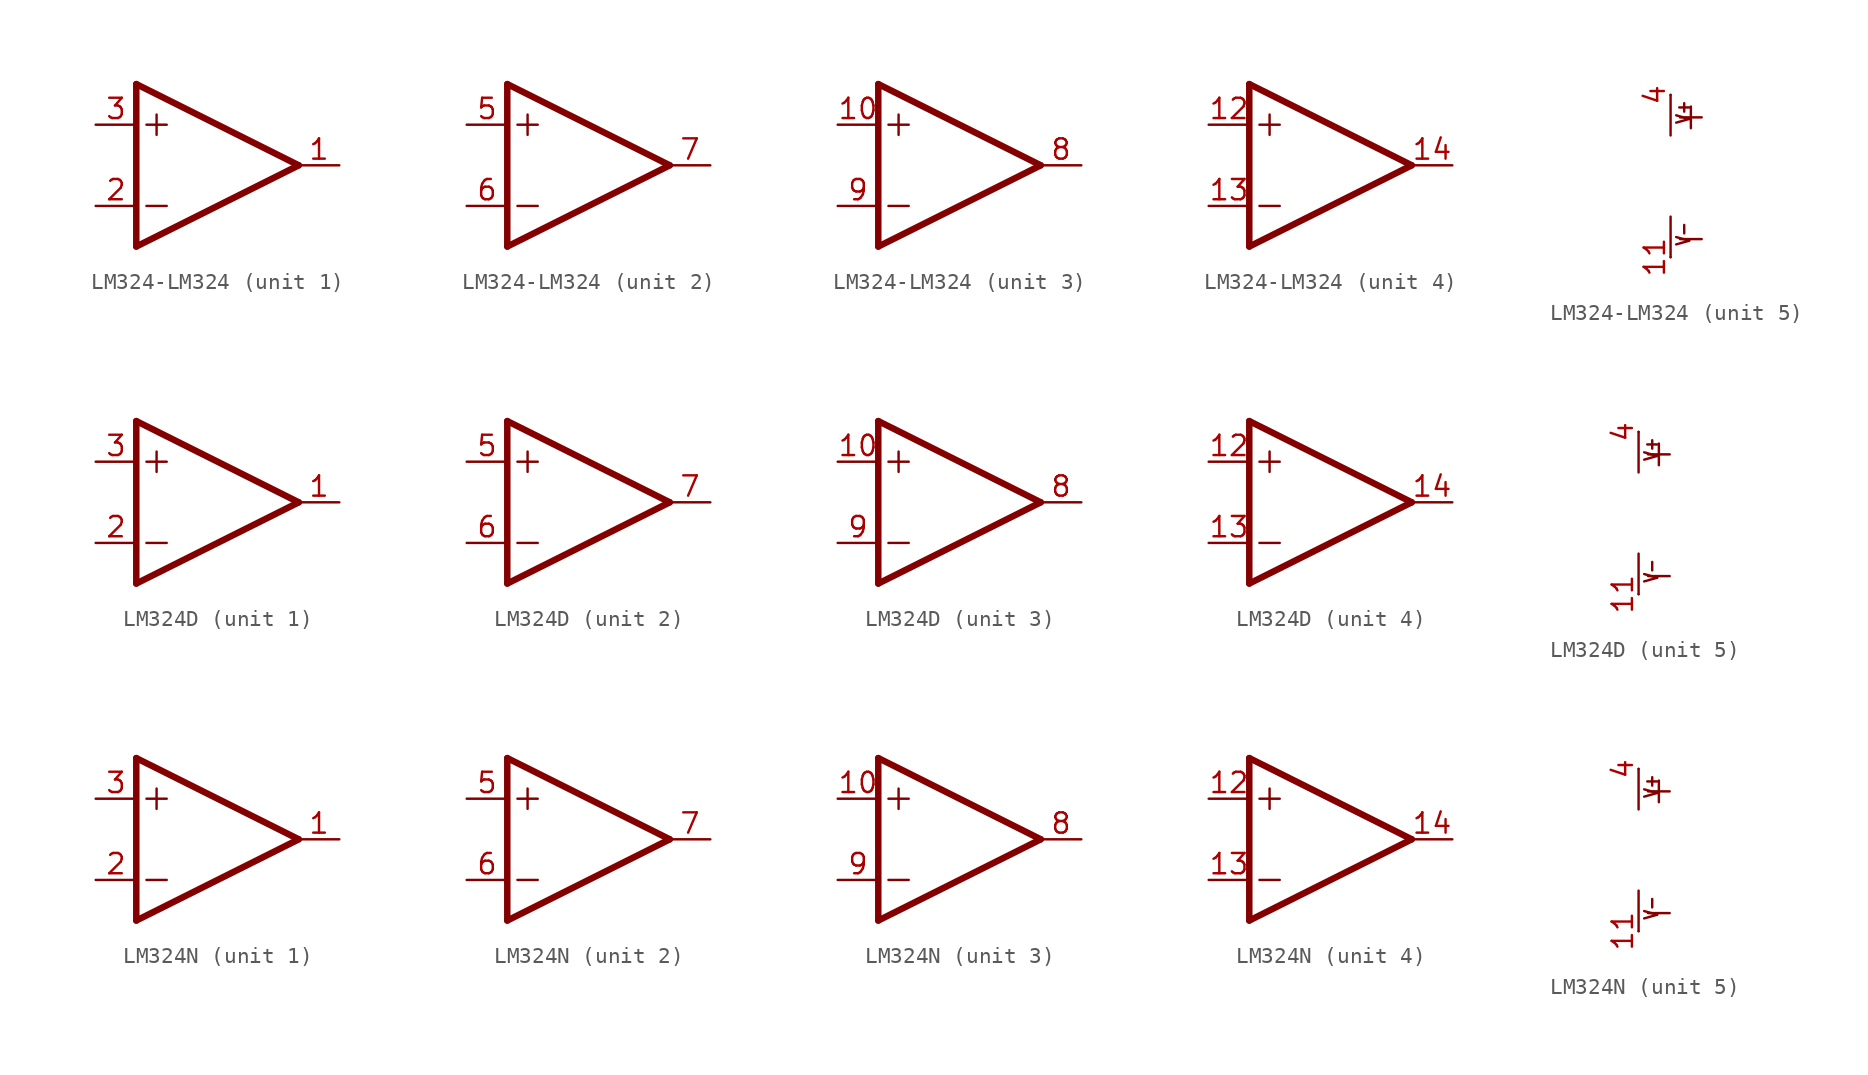
<source format=kicad_sym>
(kicad_symbol_lib
  (version 20201005)
  (generator kicad_symbol_editor)
  (symbol "LM324-LM324"
    (property "Reference" "IC"
      (at 2.54 3.175 0)
      (effects (font (size 1.27 1.079)) (justify left bottom) hide))
    (property "ki_locked" ""
      (at 0 0 0)
      (effects (font (size 1.27 1.27))))
    (symbol "LM324-LM324_1_0"
      (polyline (pts (xy -5.08 -5.08) (xy 5.08 0)) (stroke (width 0.406)) (fill (type none)))
      (polyline (pts (xy -5.08 5.08) (xy -5.08 -5.08)) (stroke (width 0.406)) (fill (type none)))
      (polyline (pts (xy -4.445 -2.54) (xy -3.175 -2.54)) (stroke (width 0.152)) (fill (type none)))
      (polyline (pts (xy -4.445 2.54) (xy -3.175 2.54)) (stroke (width 0.152)) (fill (type none)))
      (polyline (pts (xy -3.81 3.175) (xy -3.81 1.905)) (stroke (width 0.152)) (fill (type none)))
      (polyline (pts (xy 5.08 0) (xy -5.08 5.08)) (stroke (width 0.406)) (fill (type none)))
      (pin output line (at 7.62 0 180) (length 2.54) (name "OUT" (effects (font (size 0 0)))) (number "1" (effects (font (size 1.27 1.27)))))
      (pin input line (at -7.62 -2.54 0) (length 2.54) (name "-IN" (effects (font (size 0 0)))) (number "2" (effects (font (size 1.27 1.27)))))
      (pin input line (at -7.62 2.54 0) (length 2.54) (name "+IN" (effects (font (size 0 0)))) (number "3" (effects (font (size 1.27 1.27))))))
    (symbol "LM324-LM324_2_0"
      (polyline (pts (xy -5.08 -5.08) (xy 5.08 0)) (stroke (width 0.406)) (fill (type none)))
      (polyline (pts (xy -5.08 5.08) (xy -5.08 -5.08)) (stroke (width 0.406)) (fill (type none)))
      (polyline (pts (xy -4.445 -2.54) (xy -3.175 -2.54)) (stroke (width 0.152)) (fill (type none)))
      (polyline (pts (xy -4.445 2.54) (xy -3.175 2.54)) (stroke (width 0.152)) (fill (type none)))
      (polyline (pts (xy -3.81 3.175) (xy -3.81 1.905)) (stroke (width 0.152)) (fill (type none)))
      (polyline (pts (xy 5.08 0) (xy -5.08 5.08)) (stroke (width 0.406)) (fill (type none)))
      (pin input line (at -7.62 2.54 0) (length 2.54) (name "+IN" (effects (font (size 0 0)))) (number "5" (effects (font (size 1.27 1.27)))))
      (pin input line (at -7.62 -2.54 0) (length 2.54) (name "-IN" (effects (font (size 0 0)))) (number "6" (effects (font (size 1.27 1.27)))))
      (pin output line (at 7.62 0 180) (length 2.54) (name "OUT" (effects (font (size 0 0)))) (number "7" (effects (font (size 1.27 1.27))))))
    (symbol "LM324-LM324_3_0"
      (polyline (pts (xy -5.08 -5.08) (xy 5.08 0)) (stroke (width 0.406)) (fill (type none)))
      (polyline (pts (xy -5.08 5.08) (xy -5.08 -5.08)) (stroke (width 0.406)) (fill (type none)))
      (polyline (pts (xy -4.445 -2.54) (xy -3.175 -2.54)) (stroke (width 0.152)) (fill (type none)))
      (polyline (pts (xy -4.445 2.54) (xy -3.175 2.54)) (stroke (width 0.152)) (fill (type none)))
      (polyline (pts (xy -3.81 3.175) (xy -3.81 1.905)) (stroke (width 0.152)) (fill (type none)))
      (polyline (pts (xy 5.08 0) (xy -5.08 5.08)) (stroke (width 0.406)) (fill (type none)))
      (pin input line (at -7.62 2.54 0) (length 2.54) (name "+IN" (effects (font (size 0 0)))) (number "10" (effects (font (size 1.27 1.27)))))
      (pin output line (at 7.62 0 180) (length 2.54) (name "OUT" (effects (font (size 0 0)))) (number "8" (effects (font (size 1.27 1.27)))))
      (pin input line (at -7.62 -2.54 0) (length 2.54) (name "-IN" (effects (font (size 0 0)))) (number "9" (effects (font (size 1.27 1.27))))))
    (symbol "LM324-LM324_4_0"
      (polyline (pts (xy -5.08 -5.08) (xy 5.08 0)) (stroke (width 0.406)) (fill (type none)))
      (polyline (pts (xy -5.08 5.08) (xy -5.08 -5.08)) (stroke (width 0.406)) (fill (type none)))
      (polyline (pts (xy -4.445 -2.54) (xy -3.175 -2.54)) (stroke (width 0.152)) (fill (type none)))
      (polyline (pts (xy -4.445 2.54) (xy -3.175 2.54)) (stroke (width 0.152)) (fill (type none)))
      (polyline (pts (xy -3.81 3.175) (xy -3.81 1.905)) (stroke (width 0.152)) (fill (type none)))
      (polyline (pts (xy 5.08 0) (xy -5.08 5.08)) (stroke (width 0.406)) (fill (type none)))
      (pin input line (at -7.62 2.54 0) (length 2.54) (name "+IN" (effects (font (size 0 0)))) (number "12" (effects (font (size 1.27 1.27)))))
      (pin input line (at -7.62 -2.54 0) (length 2.54) (name "-IN" (effects (font (size 0 0)))) (number "13" (effects (font (size 1.27 1.27)))))
      (pin output line (at 7.62 0 180) (length 2.54) (name "OUT" (effects (font (size 0 0)))) (number "14" (effects (font (size 1.27 1.27))))))
    (symbol "LM324-LM324_5_0"
      (text "+" (at 1.27 3.81 0) (effects (font (size 1.778 1.778))))
      (text "-" (at 1.27 -3.81 0) (effects (font (size 1.778 1.778))))
      (text "V+" (at 1.27 3.175 900) (effects (font (size 0.813 0.691)) (justify left bottom)))
      (text "V-" (at 1.27 -4.445 900) (effects (font (size 0.813 0.691)) (justify left bottom)))
      (polyline (pts (xy 0 -5.08) (xy 0 -2.54)) (stroke (width 0.152)) (fill (type none)))
      (polyline (pts (xy 0 5.08) (xy 0 2.54)) (stroke (width 0.152)) (fill (type none)))
      (pin power_in line (at 0 -5.08 90) (length 0) (name "V-" (effects (font (size 0 0)))) (number "11" (effects (font (size 1.27 1.27)))))
      (pin power_in line (at 0 5.08 270) (length 0) (name "V+" (effects (font (size 0 0)))) (number "4" (effects (font (size 1.27 1.27)))))))
  (symbol "LM324D"
    (property "Reference" "IC"
      (at 2.54 3.175 0)
      (effects (font (size 1.27 1.079)) (justify left bottom) hide))
    (property "ki_locked" ""
      (at 0 0 0)
      (effects (font (size 1.27 1.27))))
    (symbol "LM324D_1_0"
      (polyline (pts (xy -5.08 -5.08) (xy 5.08 0)) (stroke (width 0.406)) (fill (type none)))
      (polyline (pts (xy -5.08 5.08) (xy -5.08 -5.08)) (stroke (width 0.406)) (fill (type none)))
      (polyline (pts (xy -4.445 -2.54) (xy -3.175 -2.54)) (stroke (width 0.152)) (fill (type none)))
      (polyline (pts (xy -4.445 2.54) (xy -3.175 2.54)) (stroke (width 0.152)) (fill (type none)))
      (polyline (pts (xy -3.81 3.175) (xy -3.81 1.905)) (stroke (width 0.152)) (fill (type none)))
      (polyline (pts (xy 5.08 0) (xy -5.08 5.08)) (stroke (width 0.406)) (fill (type none)))
      (pin output line (at 7.62 0 180) (length 2.54) (name "OUT" (effects (font (size 0 0)))) (number "1" (effects (font (size 1.27 1.27)))))
      (pin input line (at -7.62 -2.54 0) (length 2.54) (name "-IN" (effects (font (size 0 0)))) (number "2" (effects (font (size 1.27 1.27)))))
      (pin input line (at -7.62 2.54 0) (length 2.54) (name "+IN" (effects (font (size 0 0)))) (number "3" (effects (font (size 1.27 1.27))))))
    (symbol "LM324D_2_0"
      (polyline (pts (xy -5.08 -5.08) (xy 5.08 0)) (stroke (width 0.406)) (fill (type none)))
      (polyline (pts (xy -5.08 5.08) (xy -5.08 -5.08)) (stroke (width 0.406)) (fill (type none)))
      (polyline (pts (xy -4.445 -2.54) (xy -3.175 -2.54)) (stroke (width 0.152)) (fill (type none)))
      (polyline (pts (xy -4.445 2.54) (xy -3.175 2.54)) (stroke (width 0.152)) (fill (type none)))
      (polyline (pts (xy -3.81 3.175) (xy -3.81 1.905)) (stroke (width 0.152)) (fill (type none)))
      (polyline (pts (xy 5.08 0) (xy -5.08 5.08)) (stroke (width 0.406)) (fill (type none)))
      (pin input line (at -7.62 2.54 0) (length 2.54) (name "+IN" (effects (font (size 0 0)))) (number "5" (effects (font (size 1.27 1.27)))))
      (pin input line (at -7.62 -2.54 0) (length 2.54) (name "-IN" (effects (font (size 0 0)))) (number "6" (effects (font (size 1.27 1.27)))))
      (pin output line (at 7.62 0 180) (length 2.54) (name "OUT" (effects (font (size 0 0)))) (number "7" (effects (font (size 1.27 1.27))))))
    (symbol "LM324D_3_0"
      (polyline (pts (xy -5.08 -5.08) (xy 5.08 0)) (stroke (width 0.406)) (fill (type none)))
      (polyline (pts (xy -5.08 5.08) (xy -5.08 -5.08)) (stroke (width 0.406)) (fill (type none)))
      (polyline (pts (xy -4.445 -2.54) (xy -3.175 -2.54)) (stroke (width 0.152)) (fill (type none)))
      (polyline (pts (xy -4.445 2.54) (xy -3.175 2.54)) (stroke (width 0.152)) (fill (type none)))
      (polyline (pts (xy -3.81 3.175) (xy -3.81 1.905)) (stroke (width 0.152)) (fill (type none)))
      (polyline (pts (xy 5.08 0) (xy -5.08 5.08)) (stroke (width 0.406)) (fill (type none)))
      (pin input line (at -7.62 2.54 0) (length 2.54) (name "+IN" (effects (font (size 0 0)))) (number "10" (effects (font (size 1.27 1.27)))))
      (pin output line (at 7.62 0 180) (length 2.54) (name "OUT" (effects (font (size 0 0)))) (number "8" (effects (font (size 1.27 1.27)))))
      (pin input line (at -7.62 -2.54 0) (length 2.54) (name "-IN" (effects (font (size 0 0)))) (number "9" (effects (font (size 1.27 1.27))))))
    (symbol "LM324D_4_0"
      (polyline (pts (xy -5.08 -5.08) (xy 5.08 0)) (stroke (width 0.406)) (fill (type none)))
      (polyline (pts (xy -5.08 5.08) (xy -5.08 -5.08)) (stroke (width 0.406)) (fill (type none)))
      (polyline (pts (xy -4.445 -2.54) (xy -3.175 -2.54)) (stroke (width 0.152)) (fill (type none)))
      (polyline (pts (xy -4.445 2.54) (xy -3.175 2.54)) (stroke (width 0.152)) (fill (type none)))
      (polyline (pts (xy -3.81 3.175) (xy -3.81 1.905)) (stroke (width 0.152)) (fill (type none)))
      (polyline (pts (xy 5.08 0) (xy -5.08 5.08)) (stroke (width 0.406)) (fill (type none)))
      (pin input line (at -7.62 2.54 0) (length 2.54) (name "+IN" (effects (font (size 0 0)))) (number "12" (effects (font (size 1.27 1.27)))))
      (pin input line (at -7.62 -2.54 0) (length 2.54) (name "-IN" (effects (font (size 0 0)))) (number "13" (effects (font (size 1.27 1.27)))))
      (pin output line (at 7.62 0 180) (length 2.54) (name "OUT" (effects (font (size 0 0)))) (number "14" (effects (font (size 1.27 1.27))))))
    (symbol "LM324D_5_0"
      (text "+" (at 1.27 3.81 0) (effects (font (size 1.778 1.778))))
      (text "-" (at 1.27 -3.81 0) (effects (font (size 1.778 1.778))))
      (text "V+" (at 1.27 3.175 900) (effects (font (size 0.813 0.691)) (justify left bottom)))
      (text "V-" (at 1.27 -4.445 900) (effects (font (size 0.813 0.691)) (justify left bottom)))
      (polyline (pts (xy 0 -5.08) (xy 0 -2.54)) (stroke (width 0.152)) (fill (type none)))
      (polyline (pts (xy 0 5.08) (xy 0 2.54)) (stroke (width 0.152)) (fill (type none)))
      (pin power_in line (at 0 -5.08 90) (length 0) (name "V-" (effects (font (size 0 0)))) (number "11" (effects (font (size 1.27 1.27)))))
      (pin power_in line (at 0 5.08 270) (length 0) (name "V+" (effects (font (size 0 0)))) (number "4" (effects (font (size 1.27 1.27)))))))
  (symbol "LM324N"
    (property "Reference" "IC"
      (at 2.54 3.175 0)
      (effects (font (size 1.27 1.079)) (justify left bottom) hide))
    (property "ki_locked" ""
      (at 0 0 0)
      (effects (font (size 1.27 1.27))))
    (symbol "LM324N_1_0"
      (polyline (pts (xy -5.08 -5.08) (xy 5.08 0)) (stroke (width 0.406)) (fill (type none)))
      (polyline (pts (xy -5.08 5.08) (xy -5.08 -5.08)) (stroke (width 0.406)) (fill (type none)))
      (polyline (pts (xy -4.445 -2.54) (xy -3.175 -2.54)) (stroke (width 0.152)) (fill (type none)))
      (polyline (pts (xy -4.445 2.54) (xy -3.175 2.54)) (stroke (width 0.152)) (fill (type none)))
      (polyline (pts (xy -3.81 3.175) (xy -3.81 1.905)) (stroke (width 0.152)) (fill (type none)))
      (polyline (pts (xy 5.08 0) (xy -5.08 5.08)) (stroke (width 0.406)) (fill (type none)))
      (pin output line (at 7.62 0 180) (length 2.54) (name "OUT" (effects (font (size 0 0)))) (number "1" (effects (font (size 1.27 1.27)))))
      (pin input line (at -7.62 -2.54 0) (length 2.54) (name "-IN" (effects (font (size 0 0)))) (number "2" (effects (font (size 1.27 1.27)))))
      (pin input line (at -7.62 2.54 0) (length 2.54) (name "+IN" (effects (font (size 0 0)))) (number "3" (effects (font (size 1.27 1.27))))))
    (symbol "LM324N_2_0"
      (polyline (pts (xy -5.08 -5.08) (xy 5.08 0)) (stroke (width 0.406)) (fill (type none)))
      (polyline (pts (xy -5.08 5.08) (xy -5.08 -5.08)) (stroke (width 0.406)) (fill (type none)))
      (polyline (pts (xy -4.445 -2.54) (xy -3.175 -2.54)) (stroke (width 0.152)) (fill (type none)))
      (polyline (pts (xy -4.445 2.54) (xy -3.175 2.54)) (stroke (width 0.152)) (fill (type none)))
      (polyline (pts (xy -3.81 3.175) (xy -3.81 1.905)) (stroke (width 0.152)) (fill (type none)))
      (polyline (pts (xy 5.08 0) (xy -5.08 5.08)) (stroke (width 0.406)) (fill (type none)))
      (pin input line (at -7.62 2.54 0) (length 2.54) (name "+IN" (effects (font (size 0 0)))) (number "5" (effects (font (size 1.27 1.27)))))
      (pin input line (at -7.62 -2.54 0) (length 2.54) (name "-IN" (effects (font (size 0 0)))) (number "6" (effects (font (size 1.27 1.27)))))
      (pin output line (at 7.62 0 180) (length 2.54) (name "OUT" (effects (font (size 0 0)))) (number "7" (effects (font (size 1.27 1.27))))))
    (symbol "LM324N_3_0"
      (polyline (pts (xy -5.08 -5.08) (xy 5.08 0)) (stroke (width 0.406)) (fill (type none)))
      (polyline (pts (xy -5.08 5.08) (xy -5.08 -5.08)) (stroke (width 0.406)) (fill (type none)))
      (polyline (pts (xy -4.445 -2.54) (xy -3.175 -2.54)) (stroke (width 0.152)) (fill (type none)))
      (polyline (pts (xy -4.445 2.54) (xy -3.175 2.54)) (stroke (width 0.152)) (fill (type none)))
      (polyline (pts (xy -3.81 3.175) (xy -3.81 1.905)) (stroke (width 0.152)) (fill (type none)))
      (polyline (pts (xy 5.08 0) (xy -5.08 5.08)) (stroke (width 0.406)) (fill (type none)))
      (pin input line (at -7.62 2.54 0) (length 2.54) (name "+IN" (effects (font (size 0 0)))) (number "10" (effects (font (size 1.27 1.27)))))
      (pin output line (at 7.62 0 180) (length 2.54) (name "OUT" (effects (font (size 0 0)))) (number "8" (effects (font (size 1.27 1.27)))))
      (pin input line (at -7.62 -2.54 0) (length 2.54) (name "-IN" (effects (font (size 0 0)))) (number "9" (effects (font (size 1.27 1.27))))))
    (symbol "LM324N_4_0"
      (polyline (pts (xy -5.08 -5.08) (xy 5.08 0)) (stroke (width 0.406)) (fill (type none)))
      (polyline (pts (xy -5.08 5.08) (xy -5.08 -5.08)) (stroke (width 0.406)) (fill (type none)))
      (polyline (pts (xy -4.445 -2.54) (xy -3.175 -2.54)) (stroke (width 0.152)) (fill (type none)))
      (polyline (pts (xy -4.445 2.54) (xy -3.175 2.54)) (stroke (width 0.152)) (fill (type none)))
      (polyline (pts (xy -3.81 3.175) (xy -3.81 1.905)) (stroke (width 0.152)) (fill (type none)))
      (polyline (pts (xy 5.08 0) (xy -5.08 5.08)) (stroke (width 0.406)) (fill (type none)))
      (pin input line (at -7.62 2.54 0) (length 2.54) (name "+IN" (effects (font (size 0 0)))) (number "12" (effects (font (size 1.27 1.27)))))
      (pin input line (at -7.62 -2.54 0) (length 2.54) (name "-IN" (effects (font (size 0 0)))) (number "13" (effects (font (size 1.27 1.27)))))
      (pin output line (at 7.62 0 180) (length 2.54) (name "OUT" (effects (font (size 0 0)))) (number "14" (effects (font (size 1.27 1.27))))))
    (symbol "LM324N_5_0"
      (text "+" (at 1.27 3.81 0) (effects (font (size 1.778 1.778))))
      (text "-" (at 1.27 -3.81 0) (effects (font (size 1.778 1.778))))
      (text "V+" (at 1.27 3.175 900) (effects (font (size 0.813 0.691)) (justify left bottom)))
      (text "V-" (at 1.27 -4.445 900) (effects (font (size 0.813 0.691)) (justify left bottom)))
      (polyline (pts (xy 0 -5.08) (xy 0 -2.54)) (stroke (width 0.152)) (fill (type none)))
      (polyline (pts (xy 0 5.08) (xy 0 2.54)) (stroke (width 0.152)) (fill (type none)))
      (pin power_in line (at 0 -5.08 90) (length 0) (name "V-" (effects (font (size 0 0)))) (number "11" (effects (font (size 1.27 1.27)))))
      (pin power_in line (at 0 5.08 270) (length 0) (name "V+" (effects (font (size 0 0)))) (number "4" (effects (font (size 1.27 1.27))))))))
</source>
